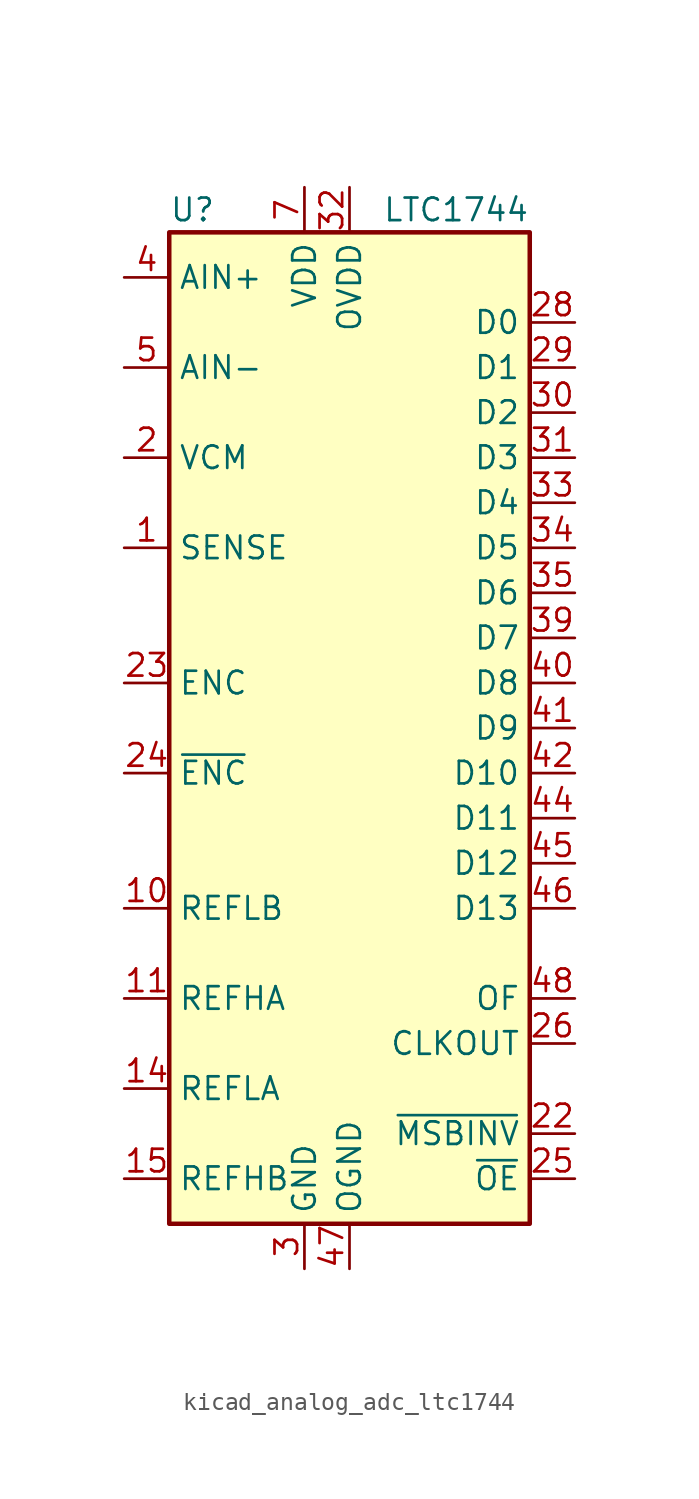
<source format=kicad_sym>
(kicad_symbol_lib
  (version 20220914)
  (generator kicad_symbol_editor)
  (symbol "kicad_analog_adc_ltc1744"
    (property "Reference" "U"
      (at -10.16 29.21 0)
      (effects (font (size 1.27 1.27)) (justify left)))
    (property "Value" "LTC1744"
      (at 10.16 29.21 0)
      (effects (font (size 1.27 1.27)) (justify right)))
    (symbol "kicad_analog_adc_ltc1744_0_1"
      (rectangle (start -10.16 27.94) (end 10.16 -27.94) (stroke (width 0.254) (type default)) (fill (type background))))
    (symbol "kicad_analog_adc_ltc1744_1_1"
      (pin input line (at -12.7 10.16 0) (length 2.54) (name "SENSE" (effects (font (size 1.27 1.27)))) (number "1" (effects (font (size 1.27 1.27)))))
      (pin passive line (at -12.7 -10.16 0) (length 2.54) (name "REFLB" (effects (font (size 1.27 1.27)))) (number "10" (effects (font (size 1.27 1.27)))))
      (pin passive line (at -12.7 -15.24 0) (length 2.54) (name "REFHA" (effects (font (size 1.27 1.27)))) (number "11" (effects (font (size 1.27 1.27)))))
      (pin passive line (at -2.54 -30.48 90) (length 2.54) hide (name "GND" (effects (font (size 1.27 1.27)))) (number "12" (effects (font (size 1.27 1.27)))))
      (pin passive line (at -2.54 -30.48 90) (length 2.54) hide (name "GND" (effects (font (size 1.27 1.27)))) (number "13" (effects (font (size 1.27 1.27)))))
      (pin passive line (at -12.7 -20.32 0) (length 2.54) (name "REFLA" (effects (font (size 1.27 1.27)))) (number "14" (effects (font (size 1.27 1.27)))))
      (pin passive line (at -12.7 -25.4 0) (length 2.54) (name "REFHB" (effects (font (size 1.27 1.27)))) (number "15" (effects (font (size 1.27 1.27)))))
      (pin passive line (at -2.54 -30.48 90) (length 2.54) hide (name "GND" (effects (font (size 1.27 1.27)))) (number "16" (effects (font (size 1.27 1.27)))))
      (pin passive line (at -2.54 30.48 270) (length 2.54) hide (name "VDD" (effects (font (size 1.27 1.27)))) (number "17" (effects (font (size 1.27 1.27)))))
      (pin passive line (at -2.54 30.48 270) (length 2.54) hide (name "VDD" (effects (font (size 1.27 1.27)))) (number "18" (effects (font (size 1.27 1.27)))))
      (pin passive line (at -2.54 -30.48 90) (length 2.54) hide (name "GND" (effects (font (size 1.27 1.27)))) (number "19" (effects (font (size 1.27 1.27)))))
      (pin output line (at -12.7 15.24 0) (length 2.54) (name "VCM" (effects (font (size 1.27 1.27)))) (number "2" (effects (font (size 1.27 1.27)))))
      (pin passive line (at -2.54 30.48 270) (length 2.54) hide (name "VDD" (effects (font (size 1.27 1.27)))) (number "20" (effects (font (size 1.27 1.27)))))
      (pin passive line (at -2.54 -30.48 90) (length 2.54) hide (name "GND" (effects (font (size 1.27 1.27)))) (number "21" (effects (font (size 1.27 1.27)))))
      (pin input line (at 12.7 -22.86 180) (length 2.54) (name "~{MSBINV}" (effects (font (size 1.27 1.27)))) (number "22" (effects (font (size 1.27 1.27)))))
      (pin input line (at -12.7 2.54 0) (length 2.54) (name "ENC" (effects (font (size 1.27 1.27)))) (number "23" (effects (font (size 1.27 1.27)))))
      (pin input line (at -12.7 -2.54 0) (length 2.54) (name "~{ENC}" (effects (font (size 1.27 1.27)))) (number "24" (effects (font (size 1.27 1.27)))))
      (pin input line (at 12.7 -25.4 180) (length 2.54) (name "~{OE}" (effects (font (size 1.27 1.27)))) (number "25" (effects (font (size 1.27 1.27)))))
      (pin output line (at 12.7 -17.78 180) (length 2.54) (name "CLKOUT" (effects (font (size 1.27 1.27)))) (number "26" (effects (font (size 1.27 1.27)))))
      (pin passive line (at 0 -30.48 90) (length 2.54) hide (name "OGND" (effects (font (size 1.27 1.27)))) (number "27" (effects (font (size 1.27 1.27)))))
      (pin output line (at 12.7 22.86 180) (length 2.54) (name "D0" (effects (font (size 1.27 1.27)))) (number "28" (effects (font (size 1.27 1.27)))))
      (pin output line (at 12.7 20.32 180) (length 2.54) (name "D1" (effects (font (size 1.27 1.27)))) (number "29" (effects (font (size 1.27 1.27)))))
      (pin power_in line (at -2.54 -30.48 90) (length 2.54) (name "GND" (effects (font (size 1.27 1.27)))) (number "3" (effects (font (size 1.27 1.27)))))
      (pin output line (at 12.7 17.78 180) (length 2.54) (name "D2" (effects (font (size 1.27 1.27)))) (number "30" (effects (font (size 1.27 1.27)))))
      (pin output line (at 12.7 15.24 180) (length 2.54) (name "D3" (effects (font (size 1.27 1.27)))) (number "31" (effects (font (size 1.27 1.27)))))
      (pin power_in line (at 0 30.48 270) (length 2.54) (name "OVDD" (effects (font (size 1.27 1.27)))) (number "32" (effects (font (size 1.27 1.27)))))
      (pin output line (at 12.7 12.7 180) (length 2.54) (name "D4" (effects (font (size 1.27 1.27)))) (number "33" (effects (font (size 1.27 1.27)))))
      (pin output line (at 12.7 10.16 180) (length 2.54) (name "D5" (effects (font (size 1.27 1.27)))) (number "34" (effects (font (size 1.27 1.27)))))
      (pin output line (at 12.7 7.62 180) (length 2.54) (name "D6" (effects (font (size 1.27 1.27)))) (number "35" (effects (font (size 1.27 1.27)))))
      (pin passive line (at -2.54 -30.48 90) (length 2.54) hide (name "GND" (effects (font (size 1.27 1.27)))) (number "36" (effects (font (size 1.27 1.27)))))
      (pin passive line (at -2.54 -30.48 90) (length 2.54) hide (name "GND" (effects (font (size 1.27 1.27)))) (number "37" (effects (font (size 1.27 1.27)))))
      (pin passive line (at 0 -30.48 90) (length 2.54) hide (name "OGND" (effects (font (size 1.27 1.27)))) (number "38" (effects (font (size 1.27 1.27)))))
      (pin output line (at 12.7 5.08 180) (length 2.54) (name "D7" (effects (font (size 1.27 1.27)))) (number "39" (effects (font (size 1.27 1.27)))))
      (pin input line (at -12.7 25.4 0) (length 2.54) (name "AIN+" (effects (font (size 1.27 1.27)))) (number "4" (effects (font (size 1.27 1.27)))))
      (pin output line (at 12.7 2.54 180) (length 2.54) (name "D8" (effects (font (size 1.27 1.27)))) (number "40" (effects (font (size 1.27 1.27)))))
      (pin output line (at 12.7 0 180) (length 2.54) (name "D9" (effects (font (size 1.27 1.27)))) (number "41" (effects (font (size 1.27 1.27)))))
      (pin output line (at 12.7 -2.54 180) (length 2.54) (name "D10" (effects (font (size 1.27 1.27)))) (number "42" (effects (font (size 1.27 1.27)))))
      (pin passive line (at 0 30.48 270) (length 2.54) hide (name "OVDD" (effects (font (size 1.27 1.27)))) (number "43" (effects (font (size 1.27 1.27)))))
      (pin output line (at 12.7 -5.08 180) (length 2.54) (name "D11" (effects (font (size 1.27 1.27)))) (number "44" (effects (font (size 1.27 1.27)))))
      (pin output line (at 12.7 -7.62 180) (length 2.54) (name "D12" (effects (font (size 1.27 1.27)))) (number "45" (effects (font (size 1.27 1.27)))))
      (pin output line (at 12.7 -10.16 180) (length 2.54) (name "D13" (effects (font (size 1.27 1.27)))) (number "46" (effects (font (size 1.27 1.27)))))
      (pin power_in line (at 0 -30.48 90) (length 2.54) (name "OGND" (effects (font (size 1.27 1.27)))) (number "47" (effects (font (size 1.27 1.27)))))
      (pin output line (at 12.7 -15.24 180) (length 2.54) (name "OF" (effects (font (size 1.27 1.27)))) (number "48" (effects (font (size 1.27 1.27)))))
      (pin input line (at -12.7 20.32 0) (length 2.54) (name "AIN-" (effects (font (size 1.27 1.27)))) (number "5" (effects (font (size 1.27 1.27)))))
      (pin passive line (at -2.54 -30.48 90) (length 2.54) hide (name "GND" (effects (font (size 1.27 1.27)))) (number "6" (effects (font (size 1.27 1.27)))))
      (pin power_in line (at -2.54 30.48 270) (length 2.54) (name "VDD" (effects (font (size 1.27 1.27)))) (number "7" (effects (font (size 1.27 1.27)))))
      (pin passive line (at -2.54 30.48 270) (length 2.54) hide (name "VDD" (effects (font (size 1.27 1.27)))) (number "8" (effects (font (size 1.27 1.27)))))
      (pin passive line (at -2.54 -30.48 90) (length 2.54) hide (name "GND" (effects (font (size 1.27 1.27)))) (number "9" (effects (font (size 1.27 1.27))))))))
</source>
